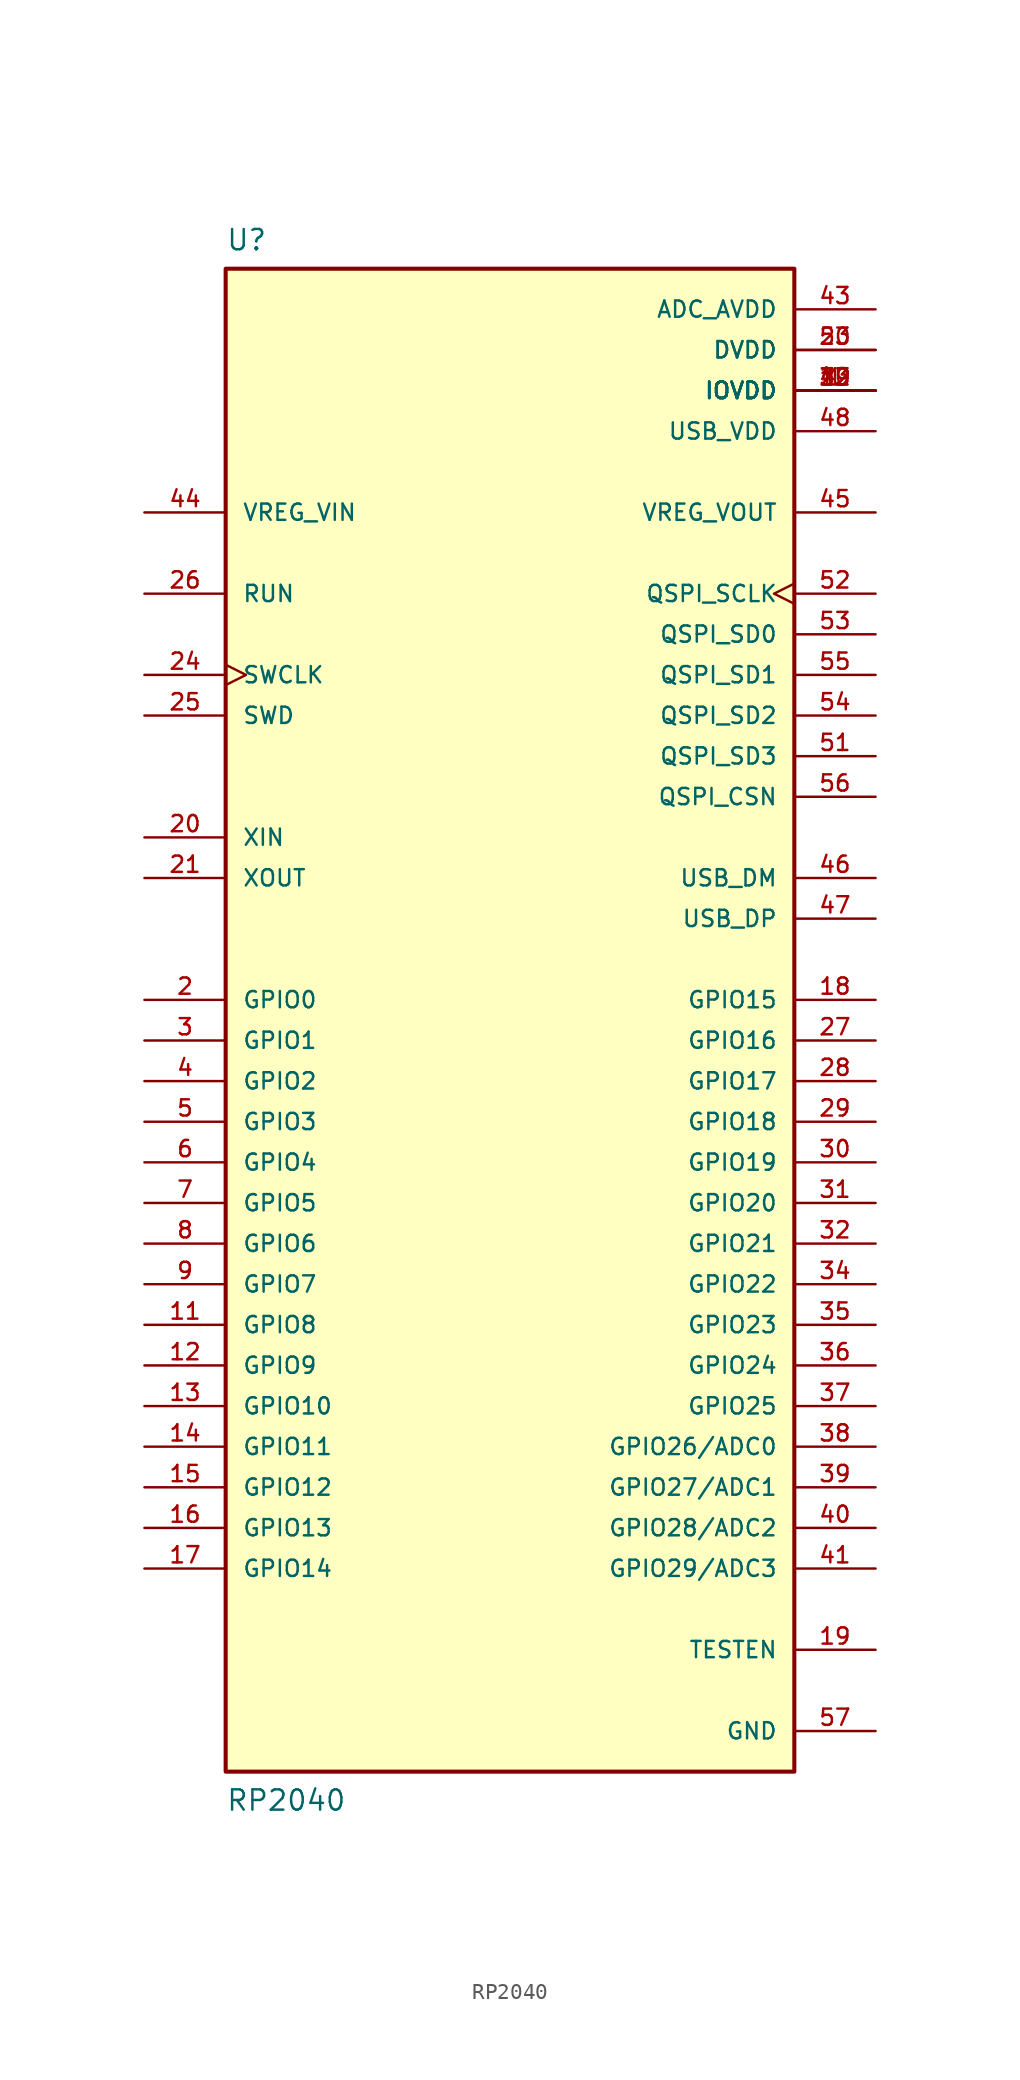
<source format=kicad_sym>
(kicad_symbol_lib
  (version 20211014)
  (generator kicad_symbol_editor)
  (symbol "RP2040"
    (pin_names
      (offset 1.016))
    (property "Reference" "U"
      (at -17.78 50.8 0)
      (effects (font (size 1.27 1.27)) (justify top left)))
    (property "Value" "RP2040"
      (at -17.78 -48.26 0)
      (effects (font (size 1.27 1.27)) (justify bottom left)))
    (symbol "RP2040_0_0"
      (rectangle (start -17.78 -45.72) (end 17.78 48.26) (stroke (width 0.254)) (fill (type background)))
      (pin bidirectional line (at -22.86 2.54 0) (length 5.08) (name "GPIO0" (effects (font (size 1.016 1.016)))) (number "2" (effects (font (size 1.016 1.016)))))
      (pin bidirectional line (at -22.86 0.0 0) (length 5.08) (name "GPIO1" (effects (font (size 1.016 1.016)))) (number "3" (effects (font (size 1.016 1.016)))))
      (pin bidirectional line (at -22.86 -2.54 0) (length 5.08) (name "GPIO2" (effects (font (size 1.016 1.016)))) (number "4" (effects (font (size 1.016 1.016)))))
      (pin bidirectional line (at -22.86 -5.08 0) (length 5.08) (name "GPIO3" (effects (font (size 1.016 1.016)))) (number "5" (effects (font (size 1.016 1.016)))))
      (pin bidirectional line (at -22.86 -7.62 0) (length 5.08) (name "GPIO4" (effects (font (size 1.016 1.016)))) (number "6" (effects (font (size 1.016 1.016)))))
      (pin bidirectional line (at -22.86 -10.16 0) (length 5.08) (name "GPIO5" (effects (font (size 1.016 1.016)))) (number "7" (effects (font (size 1.016 1.016)))))
      (pin bidirectional line (at -22.86 -12.7 0) (length 5.08) (name "GPIO6" (effects (font (size 1.016 1.016)))) (number "8" (effects (font (size 1.016 1.016)))))
      (pin bidirectional line (at -22.86 -15.24 0) (length 5.08) (name "GPIO7" (effects (font (size 1.016 1.016)))) (number "9" (effects (font (size 1.016 1.016)))))
      (pin bidirectional line (at -22.86 -17.78 0) (length 5.08) (name "GPIO8" (effects (font (size 1.016 1.016)))) (number "11" (effects (font (size 1.016 1.016)))))
      (pin bidirectional line (at -22.86 -20.32 0) (length 5.08) (name "GPIO9" (effects (font (size 1.016 1.016)))) (number "12" (effects (font (size 1.016 1.016)))))
      (pin bidirectional line (at -22.86 -22.86 0) (length 5.08) (name "GPIO10" (effects (font (size 1.016 1.016)))) (number "13" (effects (font (size 1.016 1.016)))))
      (pin bidirectional line (at -22.86 -25.4 0) (length 5.08) (name "GPIO11" (effects (font (size 1.016 1.016)))) (number "14" (effects (font (size 1.016 1.016)))))
      (pin bidirectional line (at -22.86 -27.94 0) (length 5.08) (name "GPIO12" (effects (font (size 1.016 1.016)))) (number "15" (effects (font (size 1.016 1.016)))))
      (pin bidirectional line (at -22.86 -30.48 0) (length 5.08) (name "GPIO13" (effects (font (size 1.016 1.016)))) (number "16" (effects (font (size 1.016 1.016)))))
      (pin bidirectional line (at -22.86 -33.02 0) (length 5.08) (name "GPIO14" (effects (font (size 1.016 1.016)))) (number "17" (effects (font (size 1.016 1.016)))))
      (pin bidirectional line (at 22.86 2.54 180.0) (length 5.08) (name "GPIO15" (effects (font (size 1.016 1.016)))) (number "18" (effects (font (size 1.016 1.016)))))
      (pin bidirectional line (at 22.86 0.0 180.0) (length 5.08) (name "GPIO16" (effects (font (size 1.016 1.016)))) (number "27" (effects (font (size 1.016 1.016)))))
      (pin bidirectional line (at 22.86 -2.54 180.0) (length 5.08) (name "GPIO17" (effects (font (size 1.016 1.016)))) (number "28" (effects (font (size 1.016 1.016)))))
      (pin bidirectional line (at 22.86 -5.08 180.0) (length 5.08) (name "GPIO18" (effects (font (size 1.016 1.016)))) (number "29" (effects (font (size 1.016 1.016)))))
      (pin bidirectional line (at 22.86 -7.62 180.0) (length 5.08) (name "GPIO19" (effects (font (size 1.016 1.016)))) (number "30" (effects (font (size 1.016 1.016)))))
      (pin bidirectional line (at 22.86 -10.16 180.0) (length 5.08) (name "GPIO20" (effects (font (size 1.016 1.016)))) (number "31" (effects (font (size 1.016 1.016)))))
      (pin bidirectional line (at 22.86 -12.7 180.0) (length 5.08) (name "GPIO21" (effects (font (size 1.016 1.016)))) (number "32" (effects (font (size 1.016 1.016)))))
      (pin bidirectional line (at 22.86 -15.24 180.0) (length 5.08) (name "GPIO22" (effects (font (size 1.016 1.016)))) (number "34" (effects (font (size 1.016 1.016)))))
      (pin bidirectional line (at 22.86 -17.78 180.0) (length 5.08) (name "GPIO23" (effects (font (size 1.016 1.016)))) (number "35" (effects (font (size 1.016 1.016)))))
      (pin bidirectional line (at 22.86 -20.32 180.0) (length 5.08) (name "GPIO24" (effects (font (size 1.016 1.016)))) (number "36" (effects (font (size 1.016 1.016)))))
      (pin bidirectional line (at 22.86 -22.86 180.0) (length 5.08) (name "GPIO25" (effects (font (size 1.016 1.016)))) (number "37" (effects (font (size 1.016 1.016)))))
      (pin bidirectional line (at 22.86 -25.4 180.0) (length 5.08) (name "GPIO26/ADC0" (effects (font (size 1.016 1.016)))) (number "38" (effects (font (size 1.016 1.016)))))
      (pin bidirectional line (at 22.86 -27.94 180.0) (length 5.08) (name "GPIO27/ADC1" (effects (font (size 1.016 1.016)))) (number "39" (effects (font (size 1.016 1.016)))))
      (pin bidirectional line (at 22.86 -30.48 180.0) (length 5.08) (name "GPIO28/ADC2" (effects (font (size 1.016 1.016)))) (number "40" (effects (font (size 1.016 1.016)))))
      (pin bidirectional line (at 22.86 -33.02 180.0) (length 5.08) (name "GPIO29/ADC3" (effects (font (size 1.016 1.016)))) (number "41" (effects (font (size 1.016 1.016)))))
      (pin bidirectional line (at 22.86 17.78 180.0) (length 5.08) (name "QSPI_SD3" (effects (font (size 1.016 1.016)))) (number "51" (effects (font (size 1.016 1.016)))))
      (pin bidirectional clock (at 22.86 27.94 180.0) (length 5.08) (name "QSPI_SCLK" (effects (font (size 1.016 1.016)))) (number "52" (effects (font (size 1.016 1.016)))))
      (pin bidirectional line (at 22.86 25.4 180.0) (length 5.08) (name "QSPI_SD0" (effects (font (size 1.016 1.016)))) (number "53" (effects (font (size 1.016 1.016)))))
      (pin bidirectional line (at 22.86 20.32 180.0) (length 5.08) (name "QSPI_SD2" (effects (font (size 1.016 1.016)))) (number "54" (effects (font (size 1.016 1.016)))))
      (pin bidirectional line (at 22.86 22.86 180.0) (length 5.08) (name "QSPI_SD1" (effects (font (size 1.016 1.016)))) (number "55" (effects (font (size 1.016 1.016)))))
      (pin bidirectional line (at 22.86 15.24 180.0) (length 5.08) (name "QSPI_CSN" (effects (font (size 1.016 1.016)))) (number "56" (effects (font (size 1.016 1.016)))))
      (pin input line (at -22.86 12.7 0) (length 5.08) (name "XIN" (effects (font (size 1.016 1.016)))) (number "20" (effects (font (size 1.016 1.016)))))
      (pin output line (at -22.86 10.16 0) (length 5.08) (name "XOUT" (effects (font (size 1.016 1.016)))) (number "21" (effects (font (size 1.016 1.016)))))
      (pin input clock (at -22.86 22.86 0) (length 5.08) (name "SWCLK" (effects (font (size 1.016 1.016)))) (number "24" (effects (font (size 1.016 1.016)))))
      (pin bidirectional line (at -22.86 20.32 0) (length 5.08) (name "SWD" (effects (font (size 1.016 1.016)))) (number "25" (effects (font (size 1.016 1.016)))))
      (pin input line (at -22.86 27.94 0) (length 5.08) (name "RUN" (effects (font (size 1.016 1.016)))) (number "26" (effects (font (size 1.016 1.016)))))
      (pin passive line (at 22.86 -38.1 180.0) (length 5.08) (name "TESTEN" (effects (font (size 1.016 1.016)))) (number "19" (effects (font (size 1.016 1.016)))))
      (pin bidirectional line (at 22.86 7.62 180.0) (length 5.08) (name "USB_DP" (effects (font (size 1.016 1.016)))) (number "47" (effects (font (size 1.016 1.016)))))
      (pin bidirectional line (at 22.86 10.16 180.0) (length 5.08) (name "USB_DM" (effects (font (size 1.016 1.016)))) (number "46" (effects (font (size 1.016 1.016)))))
      (pin output line (at 22.86 33.02 180.0) (length 5.08) (name "VREG_VOUT" (effects (font (size 1.016 1.016)))) (number "45" (effects (font (size 1.016 1.016)))))
      (pin input line (at -22.86 33.02 0) (length 5.08) (name "VREG_VIN" (effects (font (size 1.016 1.016)))) (number "44" (effects (font (size 1.016 1.016)))))
      (pin power_in line (at 22.86 38.1 180.0) (length 5.08) (name "USB_VDD" (effects (font (size 1.016 1.016)))) (number "48" (effects (font (size 1.016 1.016)))))
      (pin power_in line (at 22.86 40.64 180.0) (length 5.08) (name "IOVDD" (effects (font (size 1.016 1.016)))) (number "1" (effects (font (size 1.016 1.016)))))
      (pin power_in line (at 22.86 40.64 180.0) (length 5.08) (name "IOVDD" (effects (font (size 1.016 1.016)))) (number "10" (effects (font (size 1.016 1.016)))))
      (pin power_in line (at 22.86 40.64 180.0) (length 5.08) (name "IOVDD" (effects (font (size 1.016 1.016)))) (number "22" (effects (font (size 1.016 1.016)))))
      (pin power_in line (at 22.86 40.64 180.0) (length 5.08) (name "IOVDD" (effects (font (size 1.016 1.016)))) (number "33" (effects (font (size 1.016 1.016)))))
      (pin power_in line (at 22.86 40.64 180.0) (length 5.08) (name "IOVDD" (effects (font (size 1.016 1.016)))) (number "42" (effects (font (size 1.016 1.016)))))
      (pin power_in line (at 22.86 40.64 180.0) (length 5.08) (name "IOVDD" (effects (font (size 1.016 1.016)))) (number "49" (effects (font (size 1.016 1.016)))))
      (pin power_in line (at 22.86 43.18 180.0) (length 5.08) (name "DVDD" (effects (font (size 1.016 1.016)))) (number "23" (effects (font (size 1.016 1.016)))))
      (pin power_in line (at 22.86 43.18 180.0) (length 5.08) (name "DVDD" (effects (font (size 1.016 1.016)))) (number "50" (effects (font (size 1.016 1.016)))))
      (pin power_in line (at 22.86 45.72 180.0) (length 5.08) (name "ADC_AVDD" (effects (font (size 1.016 1.016)))) (number "43" (effects (font (size 1.016 1.016)))))
      (pin power_in line (at 22.86 -43.18 180.0) (length 5.08) (name "GND" (effects (font (size 1.016 1.016)))) (number "57" (effects (font (size 1.016 1.016))))))))
</source>
